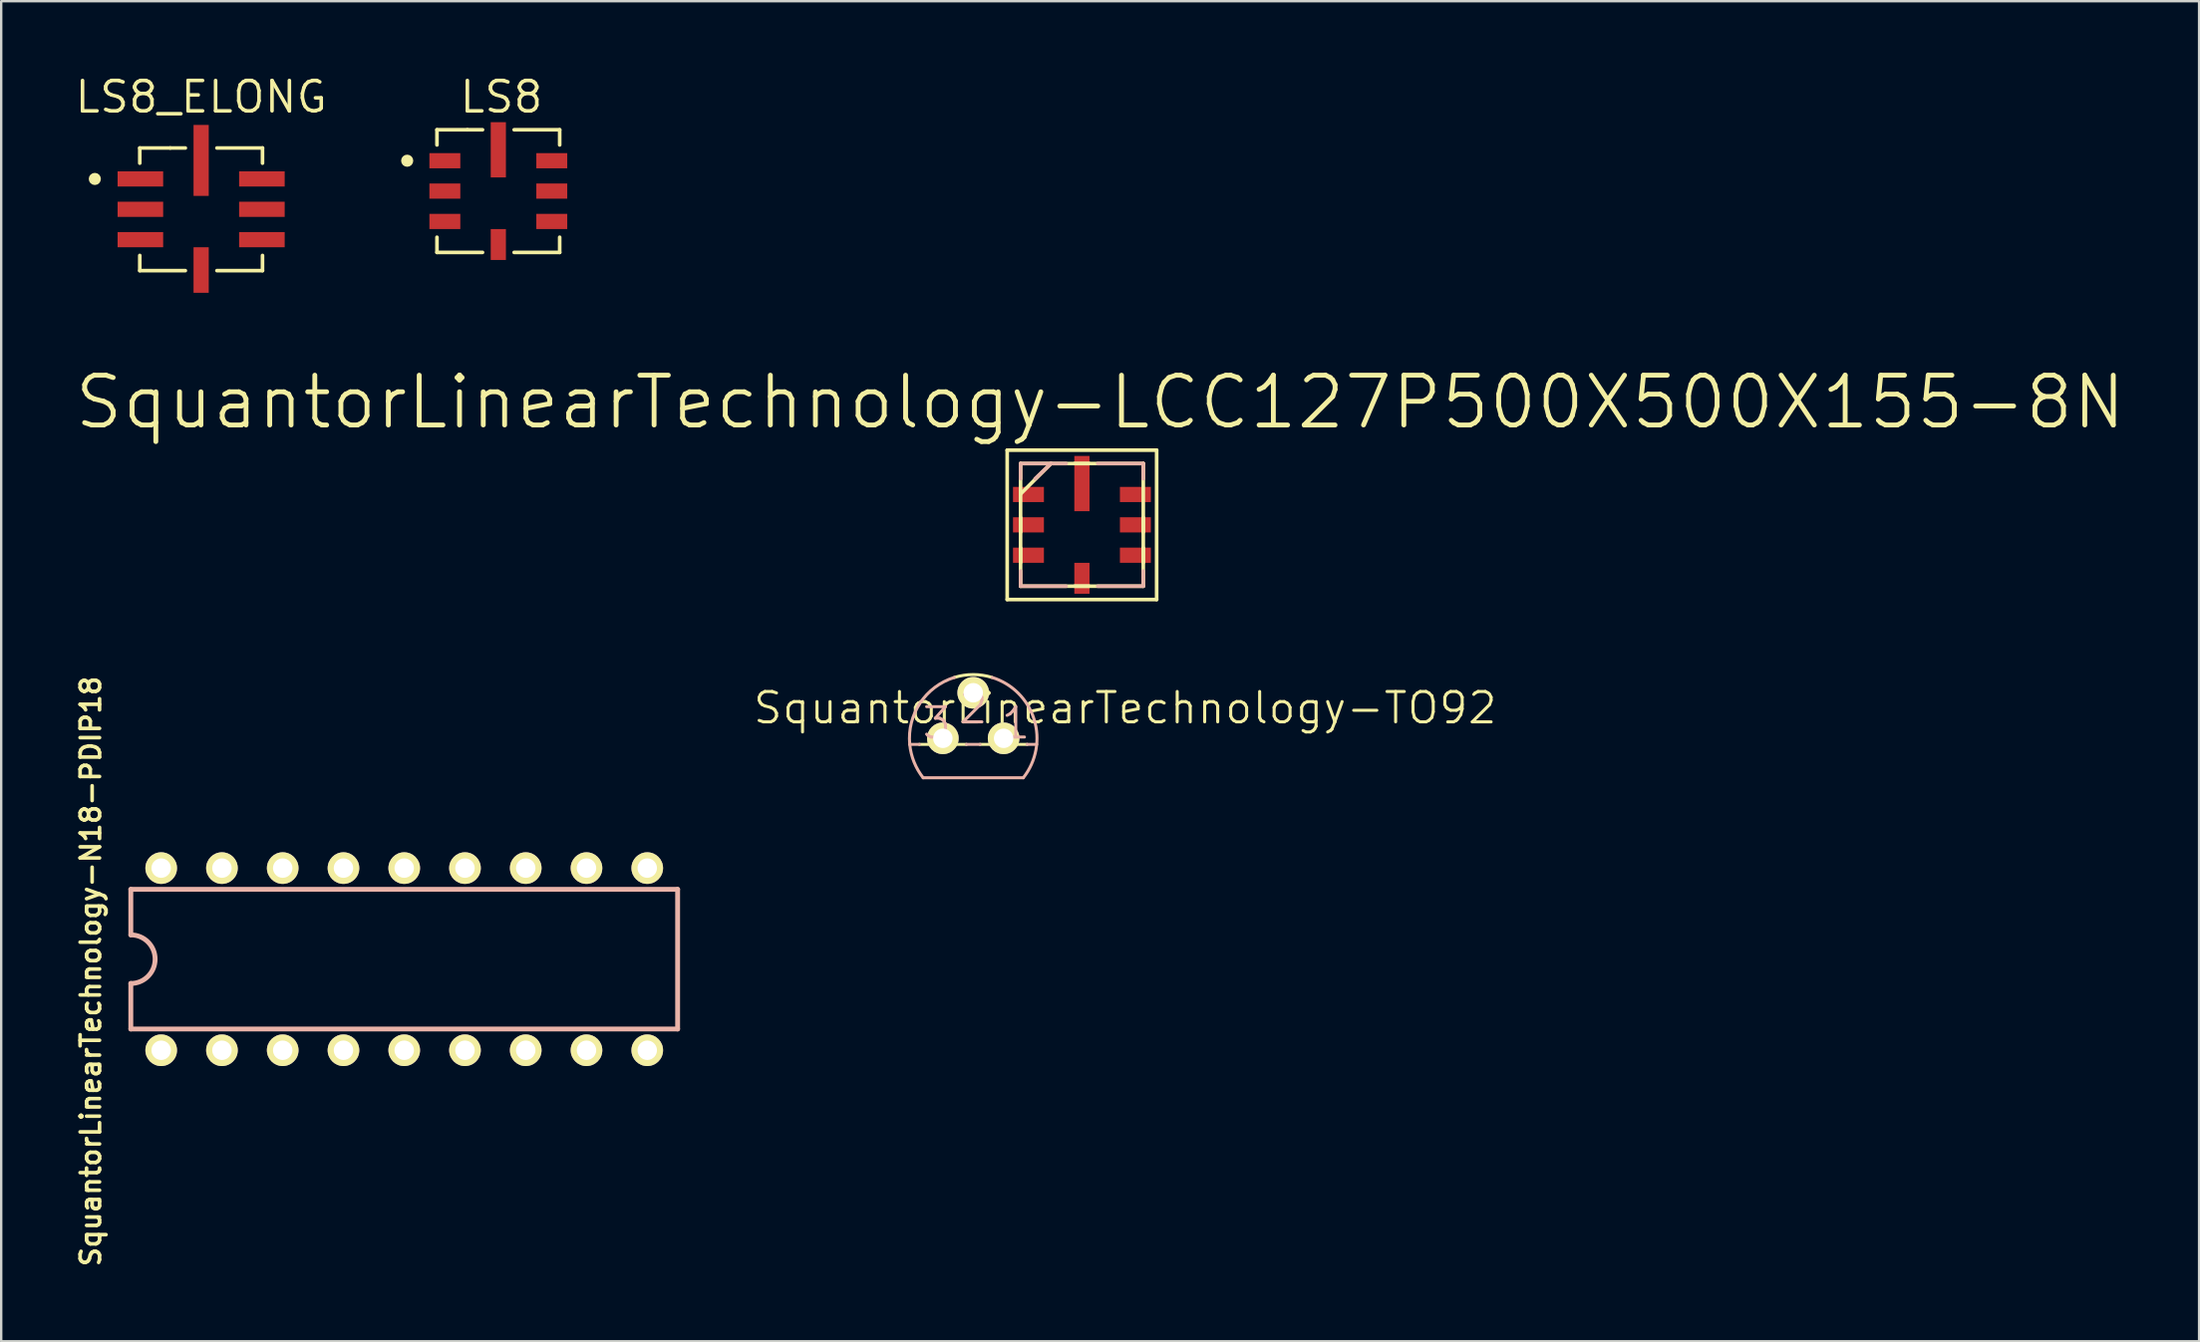
<source format=kicad_pcb>
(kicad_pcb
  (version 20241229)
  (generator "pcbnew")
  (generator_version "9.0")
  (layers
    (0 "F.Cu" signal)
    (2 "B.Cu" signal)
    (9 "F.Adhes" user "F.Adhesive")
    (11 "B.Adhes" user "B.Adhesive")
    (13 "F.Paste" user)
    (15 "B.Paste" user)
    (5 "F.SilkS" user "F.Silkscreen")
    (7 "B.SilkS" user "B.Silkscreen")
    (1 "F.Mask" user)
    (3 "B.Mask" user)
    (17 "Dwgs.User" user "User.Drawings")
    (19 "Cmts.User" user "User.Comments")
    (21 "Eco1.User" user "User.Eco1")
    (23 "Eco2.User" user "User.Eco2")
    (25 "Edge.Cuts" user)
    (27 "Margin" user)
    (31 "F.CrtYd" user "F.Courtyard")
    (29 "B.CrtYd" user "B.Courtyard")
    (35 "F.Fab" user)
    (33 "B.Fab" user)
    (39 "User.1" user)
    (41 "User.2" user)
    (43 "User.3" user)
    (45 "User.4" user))
  (footprint "SquantorLinearTechnology-LCC127P500X500X155-8N"
    (layer "F.Cu")
    (at 42.181 18.904)
    (property "Reference" "SquantorLinearTechnology-LCC127P500X500X155-8N" (at 0.762 -5.131 0) (layer "F.SilkS") (effects (font (size 2.083 2.083) (thickness 0.203))))
    (attr smd)
    (fp_line (start -3.124 -3.124) (end 3.124 -3.124) (stroke (width 0.152) (type solid)) (layer "F.SilkS"))
    (fp_line (start -3.124 3.124) (end -3.124 -3.124) (stroke (width 0.152) (type solid)) (layer "F.SilkS"))
    (fp_line (start -2.565 -2.565) (end -2.565 2.565) (stroke (width 0.152) (type solid)) (layer "F.SilkS"))
    (fp_line (start -2.565 -1.293) (end -1.293 -2.565) (stroke (width 0.152) (type solid)) (layer "F.SilkS"))
    (fp_line (start -2.565 -0.305) (end -2.565 0.305) (stroke (width 0.152) (type solid)) (layer "F.SilkS"))
    (fp_line (start -2.565 0.965) (end -2.565 1.575) (stroke (width 0.152) (type solid)) (layer "F.SilkS"))
    (fp_line (start -2.565 2.565) (end 2.565 2.565) (stroke (width 0.152) (type solid)) (layer "F.SilkS"))
    (fp_line (start -0.305 2.565) (end 0.305 2.565) (stroke (width 0.152) (type solid)) (layer "F.SilkS"))
    (fp_line (start 0.305 -2.565) (end -0.305 -2.565) (stroke (width 0.152) (type solid)) (layer "F.SilkS"))
    (fp_line (start 2.565 -2.565) (end -2.565 -2.565) (stroke (width 0.152) (type solid)) (layer "F.SilkS"))
    (fp_line (start 2.565 0.305) (end 2.565 -0.305) (stroke (width 0.152) (type solid)) (layer "F.SilkS"))
    (fp_line (start 2.565 1.575) (end 2.565 0.965) (stroke (width 0.152) (type solid)) (layer "F.SilkS"))
    (fp_line (start 2.565 2.565) (end 2.565 -2.565) (stroke (width 0.152) (type solid)) (layer "F.SilkS"))
    (fp_line (start 3.124 -3.124) (end 3.124 3.124) (stroke (width 0.152) (type solid)) (layer "F.SilkS"))
    (fp_line (start 3.124 3.124) (end -3.124 3.124) (stroke (width 0.152) (type solid)) (layer "F.SilkS"))
    (fp_line (start -2.565 -2.565) (end -2.565 -1.93) (stroke (width 0.152) (type solid)) (layer "B.SilkS"))
    (fp_line (start -2.565 1.93) (end -2.565 2.565) (stroke (width 0.152) (type solid)) (layer "B.SilkS"))
    (fp_line (start -2.565 2.565) (end -0.66 2.565) (stroke (width 0.152) (type solid)) (layer "B.SilkS"))
    (fp_line (start -1.956 -1.93) (end -1.293 -2.565) (stroke (width 0.152) (type solid)) (layer "B.SilkS"))
    (fp_line (start -1.293 -2.565) (end -2.565 -2.565) (stroke (width 0.152) (type solid)) (layer "B.SilkS"))
    (fp_line (start -0.66 -2.565) (end -1.293 -2.565) (stroke (width 0.152) (type solid)) (layer "B.SilkS"))
    (fp_line (start 0.66 2.565) (end 2.565 2.565) (stroke (width 0.152) (type solid)) (layer "B.SilkS"))
    (fp_line (start 2.565 -2.565) (end 0.66 -2.565) (stroke (width 0.152) (type solid)) (layer "B.SilkS"))
    (fp_line (start 2.565 -1.93) (end 2.565 -2.565) (stroke (width 0.152) (type solid)) (layer "B.SilkS"))
    (fp_line (start 2.565 2.565) (end 2.565 1.93) (stroke (width 0.152) (type solid)) (layer "B.SilkS"))
    (pad "1" smd rect (at -2.235 -1.27 270) (size 0.635 1.293) (layers "F.Cu" "F.Mask" "F.Paste"))
    (pad "2" smd rect (at -2.235 0 270) (size 0.635 1.293) (layers "F.Cu" "F.Mask" "F.Paste"))
    (pad "3" smd rect (at -2.235 1.27 270) (size 0.635 1.293) (layers "F.Cu" "F.Mask" "F.Paste"))
    (pad "4" smd rect (at 0 2.235 180) (size 0.635 1.293) (layers "F.Cu" "F.Mask" "F.Paste"))
    (pad "5" smd rect (at 2.235 1.27 270) (size 0.635 1.293) (layers "F.Cu" "F.Mask" "F.Paste"))
    (pad "6" smd rect (at 2.235 0 270) (size 0.635 1.293) (layers "F.Cu" "F.Mask" "F.Paste"))
    (pad "7" smd rect (at 2.235 -1.27 270) (size 0.635 1.293) (layers "F.Cu" "F.Mask" "F.Paste"))
    (pad "8" smd rect (at 0 -1.727 180) (size 0.635 2.311) (layers "F.Cu" "F.Mask" "F.Paste")))
  (footprint "SquantorLinearTechnology-TO92"
    (layer "F.Cu")
    (at 37.637 27.833)
    (property "Reference" "SquantorLinearTechnology-TO92" (at 6.35 -1.27 0) (layer "F.SilkS") (effects (font (size 1.27 1.27) (thickness 0.127))))
    (attr exclude_from_pos_files exclude_from_bom)
    (fp_line (start -2.253 0.254) (end -0.284 0.254) (stroke (width 0.127) (type solid)) (layer "F.SilkS"))
    (fp_line (start 0.284 0.254) (end 2.253 0.254) (stroke (width 0.127) (type solid)) (layer "F.SilkS"))
    (fp_arc (start -0.78486 -2.54762) (mid -0.001061 -2.665778) (end 0.782832 -2.548244) (stroke (width 0.127) (type solid)) (layer "F.SilkS"))
    (fp_line (start -2.654 0.254) (end -2.253 0.254) (stroke (width 0.127) (type solid)) (layer "B.SilkS"))
    (fp_line (start -2.093 1.651) (end 2.093 1.651) (stroke (width 0.127) (type solid)) (layer "B.SilkS"))
    (fp_line (start -0.284 0.254) (end 0.284 0.254) (stroke (width 0.127) (type solid)) (layer "B.SilkS"))
    (fp_line (start 2.253 0.254) (end 2.654 0.254) (stroke (width 0.127) (type solid)) (layer "B.SilkS"))
    (fp_arc (start -2.6543 0.254) (mid -2.218762 -1.478824) (end -0.786981 -2.547643) (stroke (width 0.127) (type solid)) (layer "B.SilkS"))
    (fp_arc (start -2.09296 1.651) (mid -2.473084 0.995057) (end -2.653185 0.258633) (stroke (width 0.127) (type solid)) (layer "B.SilkS"))
    (fp_arc (start 0.78486 -2.54762) (mid 2.544804 -0.793944) (end 2.094264 1.649373) (stroke (width 0.127) (type solid)) (layer "B.SilkS"))
    (fp_text user "3" (at -1.524 -0.635 0) (layer "B.SilkS") (effects (font (size 1.27 1.27) (thickness 0.127))))
    (fp_text user "2" (at 0 -1.27 0) (layer "B.SilkS") (effects (font (size 1.27 1.27) (thickness 0.127))))
    (fp_text user "1" (at 1.778 -0.635 0) (layer "B.SilkS") (effects (font (size 1.27 1.27) (thickness 0.127))))
    (pad "1" thru_hole circle (at 1.27 0) (size 1.321 1.321) (drill 0.813) (layers "*.Cu" "F.Mask" "F.SilkS" "F.Paste"))
    (pad "2" thru_hole circle (at 0 -1.905) (size 1.321 1.321) (drill 0.813) (layers "*.Cu" "F.Mask" "F.SilkS" "F.Paste"))
    (pad "3" thru_hole circle (at -1.27 0) (size 1.321 1.321) (drill 0.813) (layers "*.Cu" "F.Mask" "F.SilkS" "F.Paste")))
  (footprint "SquantorLinearTechnology-N18-PDIP18"
    (layer "F.Cu")
    (at 16.389 37.071)
    (property "Reference" "SquantorLinearTechnology-N18-PDIP18" (at -15.646 0.508 90) (layer "F.SilkS") (effects (font (size 0.813 0.813) (thickness 0.152))))
    (attr exclude_from_pos_files exclude_from_bom)
    (fp_line (start -13.97 -2.921) (end -13.97 -1.016) (stroke (width 0.203) (type solid)) (layer "B.SilkS"))
    (fp_line (start -13.97 2.921) (end -13.97 1.016) (stroke (width 0.203) (type solid)) (layer "B.SilkS"))
    (fp_line (start -13.97 2.921) (end 8.89 2.921) (stroke (width 0.203) (type solid)) (layer "B.SilkS"))
    (fp_line (start 8.89 -2.921) (end -13.97 -2.921) (stroke (width 0.203) (type solid)) (layer "B.SilkS"))
    (fp_line (start 8.89 -2.921) (end 8.89 2.921) (stroke (width 0.203) (type solid)) (layer "B.SilkS"))
    (fp_arc (start -13.97 -1.016) (mid -12.954 0) (end -13.97 1.016) (stroke (width 0.2032) (type solid)) (layer "B.SilkS"))
    (pad "1" thru_hole circle (at -12.7 3.81) (size 1.321 1.321) (drill 0.813) (layers "*.Cu" "F.Mask" "F.SilkS" "F.Paste"))
    (pad "2" thru_hole circle (at -10.16 3.81) (size 1.321 1.321) (drill 0.813) (layers "*.Cu" "F.Mask" "F.SilkS" "F.Paste"))
    (pad "3" thru_hole circle (at -7.62 3.81) (size 1.321 1.321) (drill 0.813) (layers "*.Cu" "F.Mask" "F.SilkS" "F.Paste"))
    (pad "4" thru_hole circle (at -5.08 3.81) (size 1.321 1.321) (drill 0.813) (layers "*.Cu" "F.Mask" "F.SilkS" "F.Paste"))
    (pad "5" thru_hole circle (at -2.54 3.81) (size 1.321 1.321) (drill 0.813) (layers "*.Cu" "F.Mask" "F.SilkS" "F.Paste"))
    (pad "6" thru_hole circle (at 0 3.81) (size 1.321 1.321) (drill 0.813) (layers "*.Cu" "F.Mask" "F.SilkS" "F.Paste"))
    (pad "7" thru_hole circle (at 2.54 3.81) (size 1.321 1.321) (drill 0.813) (layers "*.Cu" "F.Mask" "F.SilkS" "F.Paste"))
    (pad "8" thru_hole circle (at 5.08 3.81) (size 1.321 1.321) (drill 0.813) (layers "*.Cu" "F.Mask" "F.SilkS" "F.Paste"))
    (pad "9" thru_hole circle (at 7.62 3.81) (size 1.321 1.321) (drill 0.813) (layers "*.Cu" "F.Mask" "F.SilkS" "F.Paste"))
    (pad "10" thru_hole circle (at 7.62 -3.81) (size 1.321 1.321) (drill 0.813) (layers "*.Cu" "F.Mask" "F.SilkS" "F.Paste"))
    (pad "11" thru_hole circle (at 5.08 -3.81) (size 1.321 1.321) (drill 0.813) (layers "*.Cu" "F.Mask" "F.SilkS" "F.Paste"))
    (pad "12" thru_hole circle (at 2.54 -3.81) (size 1.321 1.321) (drill 0.813) (layers "*.Cu" "F.Mask" "F.SilkS" "F.Paste"))
    (pad "13" thru_hole circle (at 0 -3.81) (size 1.321 1.321) (drill 0.813) (layers "*.Cu" "F.Mask" "F.SilkS" "F.Paste"))
    (pad "14" thru_hole circle (at -2.54 -3.81) (size 1.321 1.321) (drill 0.813) (layers "*.Cu" "F.Mask" "F.SilkS" "F.Paste"))
    (pad "15" thru_hole circle (at -5.08 -3.81) (size 1.321 1.321) (drill 0.813) (layers "*.Cu" "F.Mask" "F.SilkS" "F.Paste"))
    (pad "16" thru_hole circle (at -7.62 -3.81) (size 1.321 1.321) (drill 0.813) (layers "*.Cu" "F.Mask" "F.SilkS" "F.Paste"))
    (pad "17" thru_hole circle (at -10.16 -3.81) (size 1.321 1.321) (drill 0.813) (layers "*.Cu" "F.Mask" "F.SilkS" "F.Paste"))
    (pad "18" thru_hole circle (at -12.7 -3.81) (size 1.321 1.321) (drill 0.813) (layers "*.Cu" "F.Mask" "F.SilkS" "F.Paste")))
  (footprint "LS8_ELONG"
    (layer "F.Cu")
    (at 5.359 5.705)
    (property "Reference" "LS8_ELONG" (at 0 -4.699 0) (layer "F.SilkS") (effects (font (size 1.27 1.27) (thickness 0.15))))
    (attr smd)
    (fp_line (start -2.565 -2.565) (end -2.565 -1.93) (stroke (width 0.152) (type solid)) (layer "F.SilkS"))
    (fp_line (start -2.565 1.93) (end -2.565 2.565) (stroke (width 0.152) (type solid)) (layer "F.SilkS"))
    (fp_line (start -2.565 2.565) (end -0.66 2.565) (stroke (width 0.152) (type solid)) (layer "F.SilkS"))
    (fp_line (start -1.293 -2.565) (end -2.565 -2.565) (stroke (width 0.152) (type solid)) (layer "F.SilkS"))
    (fp_line (start -0.66 -2.565) (end -1.293 -2.565) (stroke (width 0.152) (type solid)) (layer "F.SilkS"))
    (fp_line (start 0.66 2.565) (end 2.565 2.565) (stroke (width 0.152) (type solid)) (layer "F.SilkS"))
    (fp_line (start 2.565 -2.565) (end 0.66 -2.565) (stroke (width 0.152) (type solid)) (layer "F.SilkS"))
    (fp_line (start 2.565 -1.93) (end 2.565 -2.565) (stroke (width 0.152) (type solid)) (layer "F.SilkS"))
    (fp_line (start 2.565 2.565) (end 2.565 1.93) (stroke (width 0.152) (type solid)) (layer "F.SilkS"))
    (fp_circle (center -4.445 -1.27) (end -4.318 -1.27) (stroke (width 0.254) (type solid)) (fill no) (layer "F.SilkS"))
    (pad "1" smd rect (at -2.54 -1.27 270) (size 0.635 1.905) (layers "F.Cu" "F.Mask" "F.Paste"))
    (pad "2" smd rect (at -2.54 0 270) (size 0.635 1.905) (layers "F.Cu" "F.Mask" "F.Paste"))
    (pad "3" smd rect (at -2.54 1.27 270) (size 0.635 1.905) (layers "F.Cu" "F.Mask" "F.Paste"))
    (pad "4" smd rect (at 0 2.54 180) (size 0.635 1.905) (layers "F.Cu" "F.Mask" "F.Paste"))
    (pad "5" smd rect (at 2.54 1.27 270) (size 0.635 1.905) (layers "F.Cu" "F.Mask" "F.Paste"))
    (pad "6" smd rect (at 2.54 0 270) (size 0.635 1.905) (layers "F.Cu" "F.Mask" "F.Paste"))
    (pad "7" smd rect (at 2.54 -1.27 270) (size 0.635 1.905) (layers "F.Cu" "F.Mask" "F.Paste"))
    (pad "8" smd rect (at 0 -2.045 180) (size 0.635 2.969) (layers "F.Cu" "F.Mask" "F.Paste")))
  (footprint "LS8"
    (layer "F.Cu")
    (at 17.783 4.943)
    (property "Reference" "LS8" (at 0.127 -3.937 0) (layer "F.SilkS") (effects (font (size 1.27 1.27) (thickness 0.15))))
    (attr smd)
    (fp_line (start -2.565 -2.565) (end -2.565 -1.93) (stroke (width 0.152) (type solid)) (layer "F.SilkS"))
    (fp_line (start -2.565 1.93) (end -2.565 2.565) (stroke (width 0.152) (type solid)) (layer "F.SilkS"))
    (fp_line (start -2.565 2.565) (end -0.66 2.565) (stroke (width 0.152) (type solid)) (layer "F.SilkS"))
    (fp_line (start -1.293 -2.565) (end -2.565 -2.565) (stroke (width 0.152) (type solid)) (layer "F.SilkS"))
    (fp_line (start -0.66 -2.565) (end -1.293 -2.565) (stroke (width 0.152) (type solid)) (layer "F.SilkS"))
    (fp_line (start 0.66 2.565) (end 2.565 2.565) (stroke (width 0.152) (type solid)) (layer "F.SilkS"))
    (fp_line (start 2.565 -2.565) (end 0.66 -2.565) (stroke (width 0.152) (type solid)) (layer "F.SilkS"))
    (fp_line (start 2.565 -1.93) (end 2.565 -2.565) (stroke (width 0.152) (type solid)) (layer "F.SilkS"))
    (fp_line (start 2.565 2.565) (end 2.565 1.93) (stroke (width 0.152) (type solid)) (layer "F.SilkS"))
    (fp_circle (center -3.81 -1.27) (end -3.937 -1.27) (stroke (width 0.254) (type solid)) (fill no) (layer "F.SilkS"))
    (pad "1" smd rect (at -2.235 -1.27 270) (size 0.635 1.293) (layers "F.Cu" "F.Mask" "F.Paste"))
    (pad "2" smd rect (at -2.235 0 270) (size 0.635 1.293) (layers "F.Cu" "F.Mask" "F.Paste"))
    (pad "3" smd rect (at -2.235 1.27 270) (size 0.635 1.293) (layers "F.Cu" "F.Mask" "F.Paste"))
    (pad "4" smd rect (at 0 2.235 180) (size 0.635 1.293) (layers "F.Cu" "F.Mask" "F.Paste"))
    (pad "5" smd rect (at 2.235 1.27 270) (size 0.635 1.293) (layers "F.Cu" "F.Mask" "F.Paste"))
    (pad "6" smd rect (at 2.235 0 270) (size 0.635 1.293) (layers "F.Cu" "F.Mask" "F.Paste"))
    (pad "7" smd rect (at 2.235 -1.27 270) (size 0.635 1.293) (layers "F.Cu" "F.Mask" "F.Paste"))
    (pad "8" smd rect (at 0 -1.727 180) (size 0.635 2.311) (layers "F.Cu" "F.Mask" "F.Paste")))
  (gr_rect
    (start -3 -3)
    (end 88.885 53.054)
    (stroke (width 0.1) (type default))
    (fill no)
    (layer "Edge.Cuts")))
</source>
